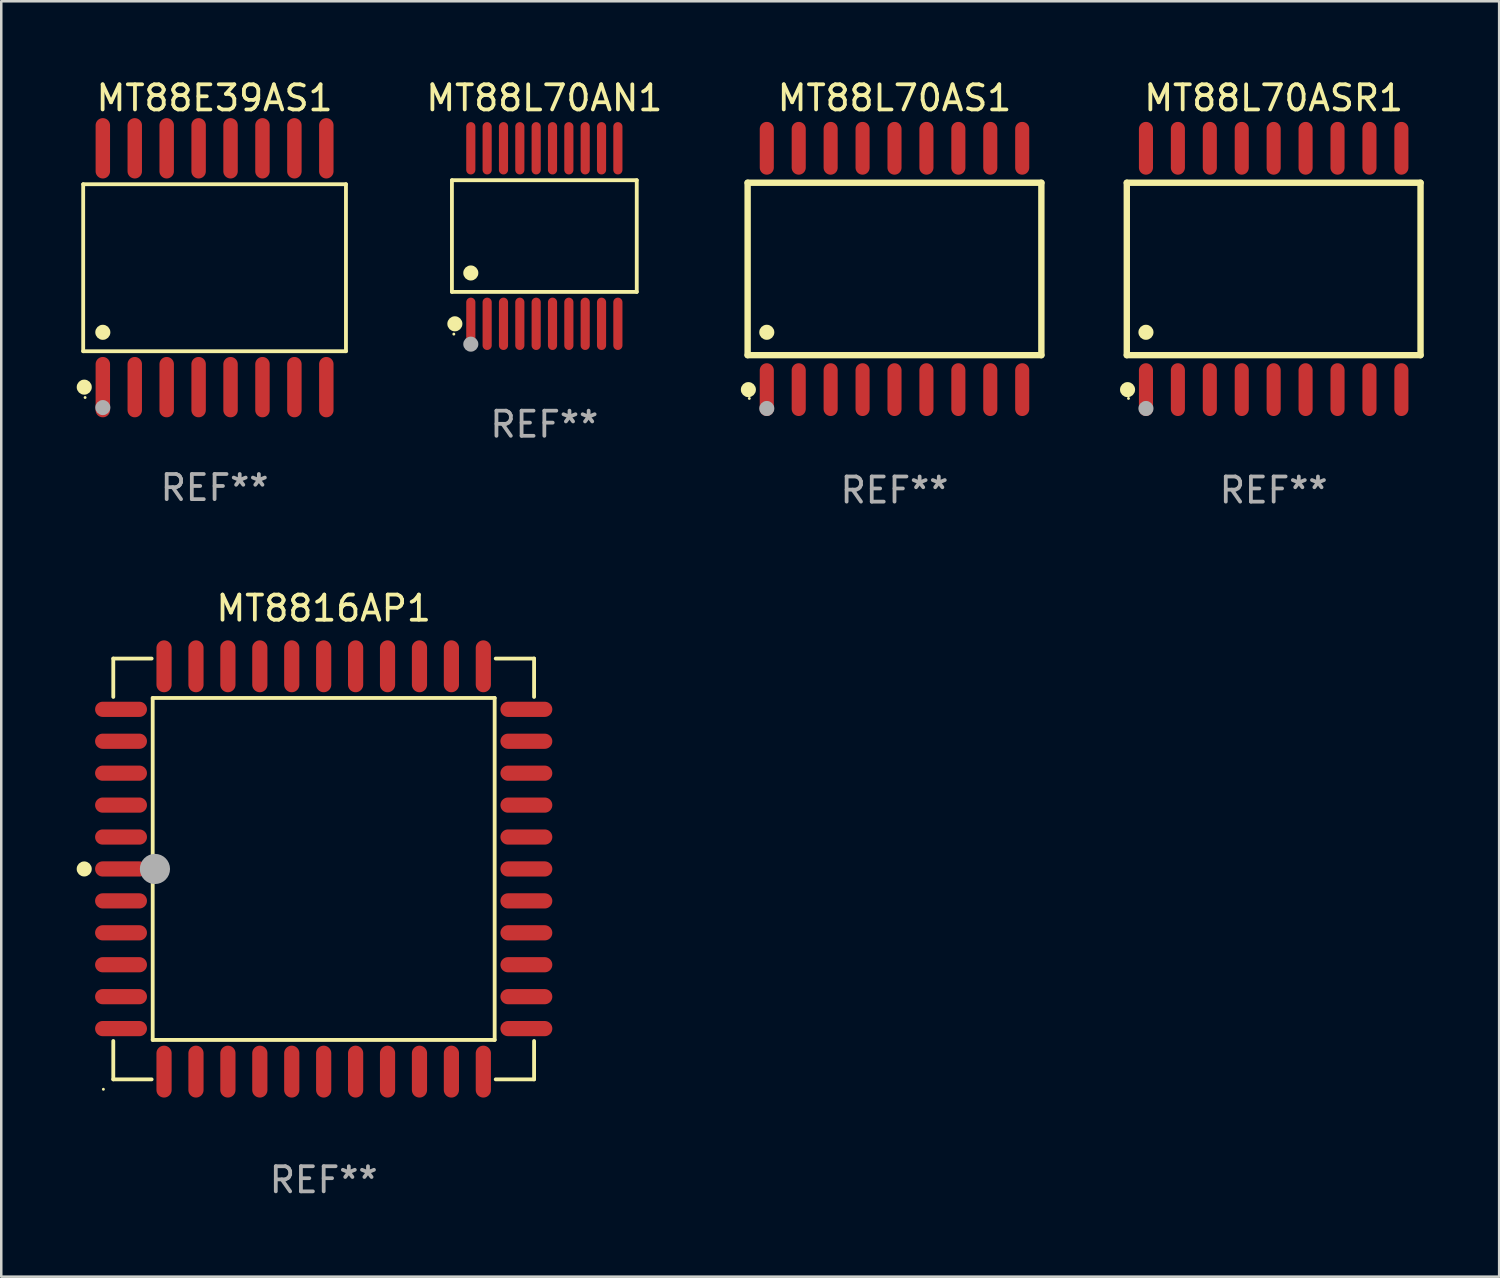
<source format=kicad_pcb>
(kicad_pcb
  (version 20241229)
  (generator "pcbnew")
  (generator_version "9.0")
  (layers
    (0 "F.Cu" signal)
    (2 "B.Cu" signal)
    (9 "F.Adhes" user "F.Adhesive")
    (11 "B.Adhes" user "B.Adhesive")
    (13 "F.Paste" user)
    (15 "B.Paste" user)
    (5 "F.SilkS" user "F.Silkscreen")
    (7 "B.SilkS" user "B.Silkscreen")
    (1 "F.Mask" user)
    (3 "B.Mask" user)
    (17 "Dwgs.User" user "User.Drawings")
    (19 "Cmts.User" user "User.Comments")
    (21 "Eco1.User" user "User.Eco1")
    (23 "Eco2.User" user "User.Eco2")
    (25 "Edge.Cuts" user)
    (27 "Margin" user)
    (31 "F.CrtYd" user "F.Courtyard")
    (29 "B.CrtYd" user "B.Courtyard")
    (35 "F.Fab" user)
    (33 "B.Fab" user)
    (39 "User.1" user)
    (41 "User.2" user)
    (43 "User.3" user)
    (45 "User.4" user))
  (footprint "MT8816AP1"
    (layer "F.Cu")
    (at 9.825 31.514)
    (property "Reference" "MT8816AP1" (at 0 -10.369 0) (layer "F.SilkS") (effects (font (size 1 1) (thickness 0.15))))
    (attr through_hole)
    (fp_line (start -8.369 -8.369) (end -6.843 -8.369) (stroke (width 0.152) (type solid)) (layer "F.SilkS"))
    (fp_line (start -8.369 -6.843) (end -8.369 -8.369) (stroke (width 0.152) (type solid)) (layer "F.SilkS"))
    (fp_line (start -8.369 6.843) (end -8.369 8.369) (stroke (width 0.152) (type solid)) (layer "F.SilkS"))
    (fp_line (start -8.369 8.369) (end -6.843 8.369) (stroke (width 0.152) (type solid)) (layer "F.SilkS"))
    (fp_line (start -6.801 -6.801) (end 6.801 -6.801) (stroke (width 0.152) (type solid)) (layer "F.SilkS"))
    (fp_line (start -6.801 6.801) (end -6.801 -6.801) (stroke (width 0.152) (type solid)) (layer "F.SilkS"))
    (fp_line (start 6.801 -6.801) (end 6.801 6.801) (stroke (width 0.152) (type solid)) (layer "F.SilkS"))
    (fp_line (start 6.801 6.801) (end -6.801 6.801) (stroke (width 0.152) (type solid)) (layer "F.SilkS"))
    (fp_line (start 8.369 -8.369) (end 6.843 -8.369) (stroke (width 0.152) (type solid)) (layer "F.SilkS"))
    (fp_line (start 8.369 -6.843) (end 8.369 -8.369) (stroke (width 0.152) (type solid)) (layer "F.SilkS"))
    (fp_line (start 8.369 6.843) (end 8.369 8.369) (stroke (width 0.152) (type solid)) (layer "F.SilkS"))
    (fp_line (start 8.369 8.369) (end 6.843 8.369) (stroke (width 0.152) (type solid)) (layer "F.SilkS"))
    (fp_circle (center -9.525 -0.000127) (end -9.375 -0.000127) (stroke (width 0.3) (type solid)) (fill no) (layer "F.SilkS"))
    (fp_circle (center -8.763 8.763) (end -8.733 8.763) (stroke (width 0.06) (type solid)) (fill no) (layer "F.SilkS"))
    (fp_circle (center -6.712 -0.000127) (end -6.412 -0.000127) (stroke (width 0.6) (type solid)) (fill no) (layer "F.Fab"))
    (fp_text user "REF**" (at 0 12.369 0) (layer "F.Fab") (effects (font (size 1 1) (thickness 0.15))))
    (pad "1" smd oval (at -8.061 -0.000127 90) (size 0.604 2.064) (layers "F.Cu" "F.Mask" "F.Paste"))
    (pad "2" smd oval (at -8.061 1.27 90) (size 0.604 2.064) (layers "F.Cu" "F.Mask" "F.Paste"))
    (pad "3" smd oval (at -8.061 2.54 90) (size 0.604 2.064) (layers "F.Cu" "F.Mask" "F.Paste"))
    (pad "4" smd oval (at -8.061 3.81 90) (size 0.604 2.064) (layers "F.Cu" "F.Mask" "F.Paste"))
    (pad "5" smd oval (at -8.061 5.08 90) (size 0.604 2.064) (layers "F.Cu" "F.Mask" "F.Paste"))
    (pad "6" smd oval (at -8.061 6.35 90) (size 0.604 2.064) (layers "F.Cu" "F.Mask" "F.Paste"))
    (pad "7" smd oval (at -6.35 8.061 90) (size 2.064 0.604) (layers "F.Cu" "F.Mask" "F.Paste"))
    (pad "8" smd oval (at -5.08 8.061 90) (size 2.064 0.604) (layers "F.Cu" "F.Mask" "F.Paste"))
    (pad "9" smd oval (at -3.81 8.061 90) (size 2.064 0.604) (layers "F.Cu" "F.Mask" "F.Paste"))
    (pad "10" smd oval (at -2.54 8.061 90) (size 2.064 0.604) (layers "F.Cu" "F.Mask" "F.Paste"))
    (pad "11" smd oval (at -1.27 8.061 90) (size 2.064 0.604) (layers "F.Cu" "F.Mask" "F.Paste"))
    (pad "12" smd oval (at 0.000076 8.061 90) (size 2.064 0.604) (layers "F.Cu" "F.Mask" "F.Paste"))
    (pad "13" smd oval (at 1.27 8.061 90) (size 2.064 0.604) (layers "F.Cu" "F.Mask" "F.Paste"))
    (pad "14" smd oval (at 2.54 8.061 90) (size 2.064 0.604) (layers "F.Cu" "F.Mask" "F.Paste"))
    (pad "15" smd oval (at 3.81 8.061 90) (size 2.064 0.604) (layers "F.Cu" "F.Mask" "F.Paste"))
    (pad "16" smd oval (at 5.08 8.061 90) (size 2.064 0.604) (layers "F.Cu" "F.Mask" "F.Paste"))
    (pad "17" smd oval (at 6.35 8.061 90) (size 2.064 0.604) (layers "F.Cu" "F.Mask" "F.Paste"))
    (pad "18" smd oval (at 8.062 6.35 90) (size 0.604 2.064) (layers "F.Cu" "F.Mask" "F.Paste"))
    (pad "19" smd oval (at 8.062 5.08 90) (size 0.604 2.064) (layers "F.Cu" "F.Mask" "F.Paste"))
    (pad "20" smd oval (at 8.062 3.81 90) (size 0.604 2.064) (layers "F.Cu" "F.Mask" "F.Paste"))
    (pad "21" smd oval (at 8.062 2.54 90) (size 0.604 2.064) (layers "F.Cu" "F.Mask" "F.Paste"))
    (pad "22" smd oval (at 8.062 1.27 90) (size 0.604 2.064) (layers "F.Cu" "F.Mask" "F.Paste"))
    (pad "23" smd oval (at 8.062 -0.000127 90) (size 0.604 2.064) (layers "F.Cu" "F.Mask" "F.Paste"))
    (pad "24" smd oval (at 8.062 -1.27 90) (size 0.604 2.064) (layers "F.Cu" "F.Mask" "F.Paste"))
    (pad "25" smd oval (at 8.062 -2.54 90) (size 0.604 2.064) (layers "F.Cu" "F.Mask" "F.Paste"))
    (pad "26" smd oval (at 8.062 -3.81 90) (size 0.604 2.064) (layers "F.Cu" "F.Mask" "F.Paste"))
    (pad "27" smd oval (at 8.062 -5.08 90) (size 0.604 2.064) (layers "F.Cu" "F.Mask" "F.Paste"))
    (pad "28" smd oval (at 8.062 -6.35 90) (size 0.604 2.064) (layers "F.Cu" "F.Mask" "F.Paste"))
    (pad "29" smd oval (at 6.35 -8.061 90) (size 2.064 0.604) (layers "F.Cu" "F.Mask" "F.Paste"))
    (pad "30" smd oval (at 5.08 -8.061 90) (size 2.064 0.604) (layers "F.Cu" "F.Mask" "F.Paste"))
    (pad "31" smd oval (at 3.81 -8.061 90) (size 2.064 0.604) (layers "F.Cu" "F.Mask" "F.Paste"))
    (pad "32" smd oval (at 2.54 -8.061 90) (size 2.064 0.604) (layers "F.Cu" "F.Mask" "F.Paste"))
    (pad "33" smd oval (at 1.27 -8.061 90) (size 2.064 0.604) (layers "F.Cu" "F.Mask" "F.Paste"))
    (pad "34" smd oval (at 0.000076 -8.061 90) (size 2.064 0.604) (layers "F.Cu" "F.Mask" "F.Paste"))
    (pad "35" smd oval (at -1.27 -8.061 90) (size 2.064 0.604) (layers "F.Cu" "F.Mask" "F.Paste"))
    (pad "36" smd oval (at -2.54 -8.061 90) (size 2.064 0.604) (layers "F.Cu" "F.Mask" "F.Paste"))
    (pad "37" smd oval (at -3.81 -8.061 90) (size 2.064 0.604) (layers "F.Cu" "F.Mask" "F.Paste"))
    (pad "38" smd oval (at -5.08 -8.061 90) (size 2.064 0.604) (layers "F.Cu" "F.Mask" "F.Paste"))
    (pad "39" smd oval (at -6.35 -8.061 90) (size 2.064 0.604) (layers "F.Cu" "F.Mask" "F.Paste"))
    (pad "40" smd oval (at -8.061 -6.35 90) (size 0.604 2.064) (layers "F.Cu" "F.Mask" "F.Paste"))
    (pad "41" smd oval (at -8.061 -5.08 90) (size 0.604 2.064) (layers "F.Cu" "F.Mask" "F.Paste"))
    (pad "42" smd oval (at -8.061 -3.81 90) (size 0.604 2.064) (layers "F.Cu" "F.Mask" "F.Paste"))
    (pad "43" smd oval (at -8.061 -2.54 90) (size 0.604 2.064) (layers "F.Cu" "F.Mask" "F.Paste"))
    (pad "44" smd oval (at -8.061 -1.27 90) (size 0.604 2.064) (layers "F.Cu" "F.Mask" "F.Paste")))
  (footprint "MT88E39AS1"
    (layer "F.Cu")
    (at 5.485 7.599)
    (property "Reference" "MT88E39AS1" (at 0 -6.75 0) (layer "F.SilkS") (effects (font (size 1 1) (thickness 0.15))))
    (attr through_hole)
    (fp_line (start -5.226 -3.321) (end 5.226 -3.321) (stroke (width 0.152) (type solid)) (layer "F.SilkS"))
    (fp_line (start -5.226 3.321) (end -5.226 -3.321) (stroke (width 0.152) (type solid)) (layer "F.SilkS"))
    (fp_line (start 5.226 -3.321) (end 5.226 3.321) (stroke (width 0.152) (type solid)) (layer "F.SilkS"))
    (fp_line (start 5.226 3.321) (end -5.226 3.321) (stroke (width 0.152) (type solid)) (layer "F.SilkS"))
    (fp_circle (center -5.184 4.75) (end -5.034 4.75) (stroke (width 0.3) (type solid)) (fill no) (layer "F.SilkS"))
    (fp_circle (center -5.15 5.163) (end -5.12 5.163) (stroke (width 0.06) (type solid)) (fill no) (layer "F.SilkS"))
    (fp_circle (center -4.445 2.569) (end -4.295 2.569) (stroke (width 0.3) (type solid)) (fill no) (layer "F.SilkS"))
    (fp_circle (center -4.445 5.563) (end -4.295 5.563) (stroke (width 0.3) (type solid)) (fill no) (layer "F.Fab"))
    (fp_text user "REF**" (at 0 8.75 0) (layer "F.Fab") (effects (font (size 1 1) (thickness 0.15))))
    (pad "1" smd oval (at -4.445 4.75) (size 0.574 2.401) (layers "F.Cu" "F.Mask" "F.Paste"))
    (pad "2" smd oval (at -3.175 4.75) (size 0.574 2.401) (layers "F.Cu" "F.Mask" "F.Paste"))
    (pad "3" smd oval (at -1.905 4.75) (size 0.574 2.401) (layers "F.Cu" "F.Mask" "F.Paste"))
    (pad "4" smd oval (at -0.635 4.75) (size 0.574 2.401) (layers "F.Cu" "F.Mask" "F.Paste"))
    (pad "5" smd oval (at 0.635 4.75) (size 0.574 2.401) (layers "F.Cu" "F.Mask" "F.Paste"))
    (pad "6" smd oval (at 1.905 4.75) (size 0.574 2.401) (layers "F.Cu" "F.Mask" "F.Paste"))
    (pad "7" smd oval (at 3.175 4.75) (size 0.574 2.401) (layers "F.Cu" "F.Mask" "F.Paste"))
    (pad "8" smd oval (at 4.445 4.75) (size 0.574 2.401) (layers "F.Cu" "F.Mask" "F.Paste"))
    (pad "9" smd oval (at 4.445 -4.75) (size 0.574 2.401) (layers "F.Cu" "F.Mask" "F.Paste"))
    (pad "10" smd oval (at 3.175 -4.75) (size 0.574 2.401) (layers "F.Cu" "F.Mask" "F.Paste"))
    (pad "11" smd oval (at 1.905 -4.75) (size 0.574 2.401) (layers "F.Cu" "F.Mask" "F.Paste"))
    (pad "12" smd oval (at 0.635 -4.75) (size 0.574 2.401) (layers "F.Cu" "F.Mask" "F.Paste"))
    (pad "13" smd oval (at -0.635 -4.75) (size 0.574 2.401) (layers "F.Cu" "F.Mask" "F.Paste"))
    (pad "14" smd oval (at -1.905 -4.75) (size 0.574 2.401) (layers "F.Cu" "F.Mask" "F.Paste"))
    (pad "15" smd oval (at -3.175 -4.75) (size 0.574 2.401) (layers "F.Cu" "F.Mask" "F.Paste"))
    (pad "16" smd oval (at -4.445 -4.75) (size 0.574 2.401) (layers "F.Cu" "F.Mask" "F.Paste")))
  (footprint "MT88L70ASR1"
    (layer "F.Cu")
    (at 47.612 7.648)
    (property "Reference" "MT88L70ASR1" (at 0 -6.8 0) (layer "F.SilkS") (effects (font (size 1 1) (thickness 0.15))))
    (attr through_hole)
    (fp_line (start -5.842 -3.429) (end -5.842 3.429) (stroke (width 0.254) (type solid)) (layer "F.SilkS"))
    (fp_line (start -5.842 3.429) (end 5.842 3.429) (stroke (width 0.254) (type solid)) (layer "F.SilkS"))
    (fp_line (start 5.842 -3.429) (end -5.842 -3.429) (stroke (width 0.254) (type solid)) (layer "F.SilkS"))
    (fp_line (start 5.842 3.429) (end 5.842 -3.429) (stroke (width 0.254) (type solid)) (layer "F.SilkS"))
    (fp_circle (center -5.812 4.8) (end -5.662 4.8) (stroke (width 0.3) (type solid)) (fill no) (layer "F.SilkS"))
    (fp_circle (center -5.775 5.15) (end -5.745 5.15) (stroke (width 0.06) (type solid)) (fill no) (layer "F.SilkS"))
    (fp_circle (center -5.08 2.519) (end -4.93 2.519) (stroke (width 0.3) (type solid)) (fill no) (layer "F.SilkS"))
    (fp_circle (center -5.08 5.55) (end -4.93 5.55) (stroke (width 0.3) (type solid)) (fill no) (layer "F.Fab"))
    (fp_text user "REF**" (at 0 8.8 0) (layer "F.Fab") (effects (font (size 1 1) (thickness 0.15))))
    (pad "1" smd oval (at -5.08 4.8) (size 0.56 2.1) (layers "F.Cu" "F.Mask" "F.Paste"))
    (pad "2" smd oval (at -3.81 4.8) (size 0.56 2.1) (layers "F.Cu" "F.Mask" "F.Paste"))
    (pad "3" smd oval (at -2.54 4.8) (size 0.56 2.1) (layers "F.Cu" "F.Mask" "F.Paste"))
    (pad "4" smd oval (at -1.27 4.8) (size 0.56 2.1) (layers "F.Cu" "F.Mask" "F.Paste"))
    (pad "5" smd oval (at 0 4.8) (size 0.56 2.1) (layers "F.Cu" "F.Mask" "F.Paste"))
    (pad "6" smd oval (at 1.27 4.8) (size 0.56 2.1) (layers "F.Cu" "F.Mask" "F.Paste"))
    (pad "7" smd oval (at 2.54 4.8) (size 0.56 2.1) (layers "F.Cu" "F.Mask" "F.Paste"))
    (pad "8" smd oval (at 3.81 4.8) (size 0.56 2.1) (layers "F.Cu" "F.Mask" "F.Paste"))
    (pad "9" smd oval (at 5.08 4.8) (size 0.56 2.1) (layers "F.Cu" "F.Mask" "F.Paste"))
    (pad "10" smd oval (at 5.08 -4.8) (size 0.56 2.1) (layers "F.Cu" "F.Mask" "F.Paste"))
    (pad "11" smd oval (at 3.81 -4.8) (size 0.56 2.1) (layers "F.Cu" "F.Mask" "F.Paste"))
    (pad "12" smd oval (at 2.54 -4.8) (size 0.56 2.1) (layers "F.Cu" "F.Mask" "F.Paste"))
    (pad "13" smd oval (at 1.27 -4.8) (size 0.56 2.1) (layers "F.Cu" "F.Mask" "F.Paste"))
    (pad "14" smd oval (at 0 -4.8) (size 0.56 2.1) (layers "F.Cu" "F.Mask" "F.Paste"))
    (pad "15" smd oval (at -1.27 -4.8) (size 0.56 2.1) (layers "F.Cu" "F.Mask" "F.Paste"))
    (pad "16" smd oval (at -2.54 -4.8) (size 0.56 2.1) (layers "F.Cu" "F.Mask" "F.Paste"))
    (pad "17" smd oval (at -3.81 -4.8) (size 0.56 2.1) (layers "F.Cu" "F.Mask" "F.Paste"))
    (pad "18" smd oval (at -5.08 -4.8) (size 0.56 2.1) (layers "F.Cu" "F.Mask" "F.Paste")))
  (footprint "MT88L70AN1"
    (layer "F.Cu")
    (at 18.602 6.339)
    (property "Reference" "MT88L70AN1" (at 0 -5.491 0) (layer "F.SilkS") (effects (font (size 1 1) (thickness 0.15))))
    (attr through_hole)
    (fp_line (start -3.676 -2.221) (end 3.676 -2.221) (stroke (width 0.152) (type solid)) (layer "F.SilkS"))
    (fp_line (start -3.676 2.221) (end -3.676 -2.221) (stroke (width 0.152) (type solid)) (layer "F.SilkS"))
    (fp_line (start 3.676 -2.221) (end 3.676 2.221) (stroke (width 0.152) (type solid)) (layer "F.SilkS"))
    (fp_line (start 3.676 2.221) (end -3.676 2.221) (stroke (width 0.152) (type solid)) (layer "F.SilkS"))
    (fp_circle (center -3.6 3.9) (end -3.57 3.9) (stroke (width 0.06) (type solid)) (fill no) (layer "F.SilkS"))
    (fp_circle (center -3.559 3.491) (end -3.409 3.491) (stroke (width 0.3) (type solid)) (fill no) (layer "F.SilkS"))
    (fp_circle (center -2.925 1.469) (end -2.775 1.469) (stroke (width 0.3) (type solid)) (fill no) (layer "F.SilkS"))
    (fp_circle (center -2.925 4.3) (end -2.775 4.3) (stroke (width 0.3) (type solid)) (fill no) (layer "F.Fab"))
    (fp_text user "REF**" (at 0 7.491 0) (layer "F.Fab") (effects (font (size 1 1) (thickness 0.15))))
    (pad "1" smd oval (at -2.925 3.491) (size 0.364 2.082) (layers "F.Cu" "F.Mask" "F.Paste"))
    (pad "2" smd oval (at -2.275 3.491) (size 0.364 2.082) (layers "F.Cu" "F.Mask" "F.Paste"))
    (pad "3" smd oval (at -1.625 3.491) (size 0.364 2.082) (layers "F.Cu" "F.Mask" "F.Paste"))
    (pad "4" smd oval (at -0.975 3.491) (size 0.364 2.082) (layers "F.Cu" "F.Mask" "F.Paste"))
    (pad "5" smd oval (at -0.325 3.491) (size 0.364 2.082) (layers "F.Cu" "F.Mask" "F.Paste"))
    (pad "6" smd oval (at 0.325 3.491) (size 0.364 2.082) (layers "F.Cu" "F.Mask" "F.Paste"))
    (pad "7" smd oval (at 0.975 3.491) (size 0.364 2.082) (layers "F.Cu" "F.Mask" "F.Paste"))
    (pad "8" smd oval (at 1.625 3.491) (size 0.364 2.082) (layers "F.Cu" "F.Mask" "F.Paste"))
    (pad "9" smd oval (at 2.275 3.491) (size 0.364 2.082) (layers "F.Cu" "F.Mask" "F.Paste"))
    (pad "10" smd oval (at 2.925 3.491) (size 0.364 2.082) (layers "F.Cu" "F.Mask" "F.Paste"))
    (pad "11" smd oval (at 2.925 -3.491) (size 0.364 2.082) (layers "F.Cu" "F.Mask" "F.Paste"))
    (pad "12" smd oval (at 2.275 -3.491) (size 0.364 2.082) (layers "F.Cu" "F.Mask" "F.Paste"))
    (pad "13" smd oval (at 1.625 -3.491) (size 0.364 2.082) (layers "F.Cu" "F.Mask" "F.Paste"))
    (pad "14" smd oval (at 0.975 -3.491) (size 0.364 2.082) (layers "F.Cu" "F.Mask" "F.Paste"))
    (pad "15" smd oval (at 0.325 -3.491) (size 0.364 2.082) (layers "F.Cu" "F.Mask" "F.Paste"))
    (pad "16" smd oval (at -0.325 -3.491) (size 0.364 2.082) (layers "F.Cu" "F.Mask" "F.Paste"))
    (pad "17" smd oval (at -0.975 -3.491) (size 0.364 2.082) (layers "F.Cu" "F.Mask" "F.Paste"))
    (pad "18" smd oval (at -1.625 -3.491) (size 0.364 2.082) (layers "F.Cu" "F.Mask" "F.Paste"))
    (pad "19" smd oval (at -2.275 -3.491) (size 0.364 2.082) (layers "F.Cu" "F.Mask" "F.Paste"))
    (pad "20" smd oval (at -2.925 -3.491) (size 0.364 2.082) (layers "F.Cu" "F.Mask" "F.Paste")))
  (footprint "MT88L70AS1"
    (layer "F.Cu")
    (at 32.53 7.648)
    (property "Reference" "MT88L70AS1" (at 0 -6.8 0) (layer "F.SilkS") (effects (font (size 1 1) (thickness 0.15))))
    (attr through_hole)
    (fp_line (start -5.842 -3.429) (end -5.842 3.429) (stroke (width 0.254) (type solid)) (layer "F.SilkS"))
    (fp_line (start -5.842 3.429) (end 5.842 3.429) (stroke (width 0.254) (type solid)) (layer "F.SilkS"))
    (fp_line (start 5.842 -3.429) (end -5.842 -3.429) (stroke (width 0.254) (type solid)) (layer "F.SilkS"))
    (fp_line (start 5.842 3.429) (end 5.842 -3.429) (stroke (width 0.254) (type solid)) (layer "F.SilkS"))
    (fp_circle (center -5.812 4.8) (end -5.662 4.8) (stroke (width 0.3) (type solid)) (fill no) (layer "F.SilkS"))
    (fp_circle (center -5.775 5.15) (end -5.745 5.15) (stroke (width 0.06) (type solid)) (fill no) (layer "F.SilkS"))
    (fp_circle (center -5.08 2.519) (end -4.93 2.519) (stroke (width 0.3) (type solid)) (fill no) (layer "F.SilkS"))
    (fp_circle (center -5.08 5.55) (end -4.93 5.55) (stroke (width 0.3) (type solid)) (fill no) (layer "F.Fab"))
    (fp_text user "REF**" (at 0 8.8 0) (layer "F.Fab") (effects (font (size 1 1) (thickness 0.15))))
    (pad "1" smd oval (at -5.08 4.8) (size 0.56 2.1) (layers "F.Cu" "F.Mask" "F.Paste"))
    (pad "2" smd oval (at -3.81 4.8) (size 0.56 2.1) (layers "F.Cu" "F.Mask" "F.Paste"))
    (pad "3" smd oval (at -2.54 4.8) (size 0.56 2.1) (layers "F.Cu" "F.Mask" "F.Paste"))
    (pad "4" smd oval (at -1.27 4.8) (size 0.56 2.1) (layers "F.Cu" "F.Mask" "F.Paste"))
    (pad "5" smd oval (at 0 4.8) (size 0.56 2.1) (layers "F.Cu" "F.Mask" "F.Paste"))
    (pad "6" smd oval (at 1.27 4.8) (size 0.56 2.1) (layers "F.Cu" "F.Mask" "F.Paste"))
    (pad "7" smd oval (at 2.54 4.8) (size 0.56 2.1) (layers "F.Cu" "F.Mask" "F.Paste"))
    (pad "8" smd oval (at 3.81 4.8) (size 0.56 2.1) (layers "F.Cu" "F.Mask" "F.Paste"))
    (pad "9" smd oval (at 5.08 4.8) (size 0.56 2.1) (layers "F.Cu" "F.Mask" "F.Paste"))
    (pad "10" smd oval (at 5.08 -4.8) (size 0.56 2.1) (layers "F.Cu" "F.Mask" "F.Paste"))
    (pad "11" smd oval (at 3.81 -4.8) (size 0.56 2.1) (layers "F.Cu" "F.Mask" "F.Paste"))
    (pad "12" smd oval (at 2.54 -4.8) (size 0.56 2.1) (layers "F.Cu" "F.Mask" "F.Paste"))
    (pad "13" smd oval (at 1.27 -4.8) (size 0.56 2.1) (layers "F.Cu" "F.Mask" "F.Paste"))
    (pad "14" smd oval (at 0 -4.8) (size 0.56 2.1) (layers "F.Cu" "F.Mask" "F.Paste"))
    (pad "15" smd oval (at -1.27 -4.8) (size 0.56 2.1) (layers "F.Cu" "F.Mask" "F.Paste"))
    (pad "16" smd oval (at -2.54 -4.8) (size 0.56 2.1) (layers "F.Cu" "F.Mask" "F.Paste"))
    (pad "17" smd oval (at -3.81 -4.8) (size 0.56 2.1) (layers "F.Cu" "F.Mask" "F.Paste"))
    (pad "18" smd oval (at -5.08 -4.8) (size 0.56 2.1) (layers "F.Cu" "F.Mask" "F.Paste")))
  (gr_rect
    (start -3 -3)
    (end 56.581 47.732)
    (stroke (width 0.1) (type default))
    (fill no)
    (layer "Edge.Cuts")))
</source>
